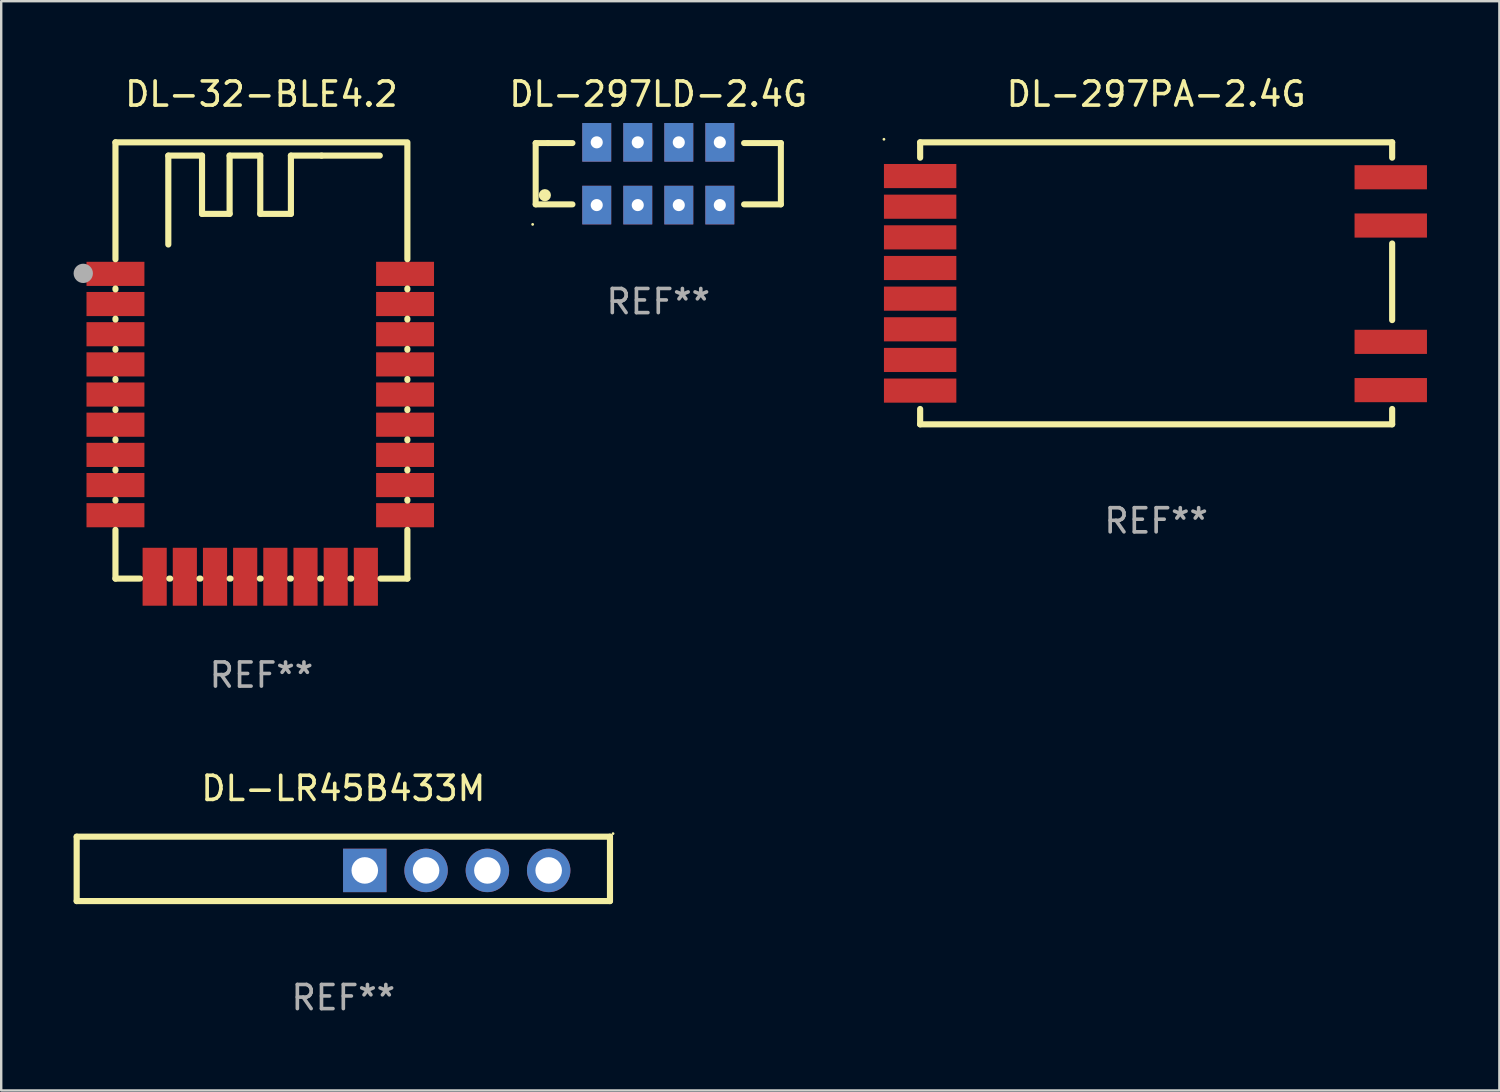
<source format=kicad_pcb>
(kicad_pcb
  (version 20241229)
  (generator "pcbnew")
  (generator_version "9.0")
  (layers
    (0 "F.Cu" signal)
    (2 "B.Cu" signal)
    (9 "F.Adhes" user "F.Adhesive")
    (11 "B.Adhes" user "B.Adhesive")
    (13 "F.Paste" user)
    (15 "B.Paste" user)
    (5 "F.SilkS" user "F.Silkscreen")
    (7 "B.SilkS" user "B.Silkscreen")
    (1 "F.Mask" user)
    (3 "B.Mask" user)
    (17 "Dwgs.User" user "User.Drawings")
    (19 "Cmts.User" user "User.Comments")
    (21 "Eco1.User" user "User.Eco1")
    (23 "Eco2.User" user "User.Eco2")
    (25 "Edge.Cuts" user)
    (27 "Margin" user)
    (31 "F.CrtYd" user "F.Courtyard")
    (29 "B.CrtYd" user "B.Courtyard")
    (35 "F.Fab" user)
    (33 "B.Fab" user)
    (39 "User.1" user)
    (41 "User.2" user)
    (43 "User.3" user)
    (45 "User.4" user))
  (footprint "DL-297LD-2.4G"
    (layer "F.Cu")
    (at 24.226 4.148)
    (property "Reference" "DL-297LD-2.4G" (at 0 -3.3 0) (layer "F.SilkS") (effects (font (size 1 1) (thickness 0.15))))
    (attr through_hole)
    (fp_line (start -5.08 -1.27) (end -5.08 1.27) (stroke (width 0.25) (type solid)) (layer "F.SilkS"))
    (fp_line (start -5.08 1.27) (end -3.556 1.27) (stroke (width 0.25) (type solid)) (layer "F.SilkS"))
    (fp_line (start -4.572 -1.27) (end -5.08 -1.27) (stroke (width 0.25) (type solid)) (layer "F.SilkS"))
    (fp_line (start -3.556 -1.27) (end -4.572 -1.27) (stroke (width 0.25) (type solid)) (layer "F.SilkS"))
    (fp_line (start 3.556 1.27) (end 5.08 1.27) (stroke (width 0.25) (type solid)) (layer "F.SilkS"))
    (fp_line (start 5.08 -1.27) (end 3.556 -1.27) (stroke (width 0.25) (type solid)) (layer "F.SilkS"))
    (fp_line (start 5.08 1.27) (end 5.08 -1.27) (stroke (width 0.25) (type solid)) (layer "F.SilkS"))
    (fp_circle (center -5.205 2.1) (end -5.175 2.1) (stroke (width 0.06) (type solid)) (fill no) (layer "F.SilkS"))
    (fp_circle (center -4.699 0.889) (end -4.572 0.889) (stroke (width 0.25) (type solid)) (fill no) (layer "F.SilkS"))
    (fp_text user "REF**" (at 0 5.3 0) (layer "F.Fab") (effects (font (size 1 1) (thickness 0.15))))
    (pad "1" thru_hole rect (at -2.55 1.3) (size 1.2 1.6) (drill 0.5) (layers "*.Cu" "*.Mask"))
    (pad "2" thru_hole rect (at -0.85 1.3) (size 1.2 1.6) (drill 0.5) (layers "*.Cu" "*.Mask"))
    (pad "3" thru_hole rect (at 0.85 1.3) (size 1.2 1.6) (drill 0.5) (layers "*.Cu" "*.Mask"))
    (pad "4" thru_hole rect (at 2.55 1.3) (size 1.2 1.6) (drill 0.5) (layers "*.Cu" "*.Mask"))
    (pad "5" thru_hole rect (at 2.55 -1.3) (size 1.2 1.6) (drill 0.5) (layers "*.Cu" "*.Mask"))
    (pad "6" thru_hole rect (at 0.85 -1.3) (size 1.2 1.6) (drill 0.5) (layers "*.Cu" "*.Mask"))
    (pad "7" thru_hole rect (at -0.85 -1.3) (size 1.2 1.6) (drill 0.5) (layers "*.Cu" "*.Mask"))
    (pad "8" thru_hole rect (at -2.55 -1.3) (size 1.2 1.6) (drill 0.5) (layers "*.Cu" "*.Mask")))
  (footprint "DL-LR45B433M"
    (layer "F.Cu")
    (at 11.176 32.953)
    (property "Reference" "DL-LR45B433M" (at 0 -3.334 0) (layer "F.SilkS") (effects (font (size 1 1) (thickness 0.15))))
    (attr through_hole)
    (fp_line (start -11.049 -1.334) (end -11.049 1.334) (stroke (width 0.254) (type solid)) (layer "F.SilkS"))
    (fp_line (start -11.049 1.334) (end 11.049 1.334) (stroke (width 0.254) (type solid)) (layer "F.SilkS"))
    (fp_line (start 11.049 -1.334) (end -11.049 -1.334) (stroke (width 0.254) (type solid)) (layer "F.SilkS"))
    (fp_line (start 11.049 1.334) (end 11.049 -1.334) (stroke (width 0.254) (type solid)) (layer "F.SilkS"))
    (fp_circle (center 11.176 -1.461) (end 11.206 -1.461) (stroke (width 0.06) (type solid)) (fill no) (layer "F.SilkS"))
    (fp_text user "REF**" (at 0 5.334 0) (layer "F.Fab") (effects (font (size 1 1) (thickness 0.15))))
    (pad "1" thru_hole rect (at 0.889 0.064) (size 1.8 1.8) (drill 1.1) (layers "*.Cu" "*.Mask"))
    (pad "2" thru_hole circle (at 3.429 0.064) (size 1.8 1.8) (drill 1.1) (layers "*.Cu" "*.Mask"))
    (pad "3" thru_hole circle (at 5.969 0.064) (size 1.8 1.8) (drill 1.1) (layers "*.Cu" "*.Mask"))
    (pad "4" thru_hole circle (at 8.509 0.064) (size 1.8 1.8) (drill 1.1) (layers "*.Cu" "*.Mask")))
  (footprint "DL-297PA-2.4G"
    (layer "F.Cu")
    (at 44.856 8.69)
    (property "Reference" "DL-297PA-2.4G" (at 0 -7.842 0) (layer "F.SilkS") (effects (font (size 1 1) (thickness 0.15))))
    (attr through_hole)
    (fp_line (start -9.779 -5.842) (end 9.779 -5.842) (stroke (width 0.254) (type solid)) (layer "F.SilkS"))
    (fp_line (start -9.779 -5.207) (end -9.779 -5.842) (stroke (width 0.254) (type solid)) (layer "F.SilkS"))
    (fp_line (start -9.779 5.207) (end -9.779 5.842) (stroke (width 0.254) (type solid)) (layer "F.SilkS"))
    (fp_line (start -9.779 5.842) (end 9.779 5.842) (stroke (width 0.254) (type solid)) (layer "F.SilkS"))
    (fp_line (start 9.779 -5.842) (end 9.779 -5.207) (stroke (width 0.254) (type solid)) (layer "F.SilkS"))
    (fp_line (start 9.779 -1.651) (end 9.779 1.524) (stroke (width 0.254) (type solid)) (layer "F.SilkS"))
    (fp_line (start 9.779 5.842) (end 9.779 5.207) (stroke (width 0.254) (type solid)) (layer "F.SilkS"))
    (fp_circle (center -11.279 -5.969) (end -11.249 -5.969) (stroke (width 0.06) (type solid)) (fill no) (layer "F.SilkS"))
    (fp_text user "REF**" (at 0 9.842 0) (layer "F.Fab") (effects (font (size 1 1) (thickness 0.15))))
    (pad "1" smd rect (at -9.779 -4.445) (size 3 1) (layers "F.Cu" "F.Mask" "F.Paste"))
    (pad "2" smd rect (at -9.779 -3.175) (size 3 1) (layers "F.Cu" "F.Mask" "F.Paste"))
    (pad "3" smd rect (at -9.779 -1.905) (size 3 1) (layers "F.Cu" "F.Mask" "F.Paste"))
    (pad "4" smd rect (at -9.779 -0.635) (size 3 1) (layers "F.Cu" "F.Mask" "F.Paste"))
    (pad "5" smd rect (at -9.779 0.635) (size 3 1) (layers "F.Cu" "F.Mask" "F.Paste"))
    (pad "6" smd rect (at -9.779 1.905) (size 3 1) (layers "F.Cu" "F.Mask" "F.Paste"))
    (pad "7" smd rect (at -9.779 3.175) (size 3 1) (layers "F.Cu" "F.Mask" "F.Paste"))
    (pad "8" smd rect (at -9.779 4.445) (size 3 1) (layers "F.Cu" "F.Mask" "F.Paste"))
    (pad "9" smd rect (at 9.721 4.425) (size 3 1) (layers "F.Cu" "F.Mask" "F.Paste"))
    (pad "10" smd rect (at 9.721 2.425) (size 3 1) (layers "F.Cu" "F.Mask" "F.Paste"))
    (pad "11" smd rect (at 9.721 -2.395) (size 3 1) (layers "F.Cu" "F.Mask" "F.Paste"))
    (pad "12" smd rect (at 9.721 -4.395) (size 3 1) (layers "F.Cu" "F.Mask" "F.Paste")))
  (footprint "DL-32-BLE4.2"
    (layer "F.Cu")
    (at 7.782 11.886)
    (property "Reference" "DL-32-BLE4.2" (at 0 -11.038 0) (layer "F.SilkS") (effects (font (size 1 1) (thickness 0.15))))
    (attr through_hole)
    (fp_line (start -6.048 -9.038) (end -6.048 -4.194) (stroke (width 0.254) (type solid)) (layer "F.SilkS"))
    (fp_line (start -6.048 -9.038) (end 5.952 -9.038) (stroke (width 0.254) (type solid)) (layer "F.SilkS"))
    (fp_line (start -6.048 -2.981) (end -6.048 -2.944) (stroke (width 0.254) (type solid)) (layer "F.SilkS"))
    (fp_line (start -6.048 -1.731) (end -6.048 -1.694) (stroke (width 0.254) (type solid)) (layer "F.SilkS"))
    (fp_line (start -6.048 -0.481) (end -6.048 -0.444) (stroke (width 0.254) (type solid)) (layer "F.SilkS"))
    (fp_line (start -6.048 0.769) (end -6.048 0.806) (stroke (width 0.254) (type solid)) (layer "F.SilkS"))
    (fp_line (start -6.048 2.019) (end -6.048 2.056) (stroke (width 0.254) (type solid)) (layer "F.SilkS"))
    (fp_line (start -6.048 3.269) (end -6.048 3.306) (stroke (width 0.254) (type solid)) (layer "F.SilkS"))
    (fp_line (start -6.048 4.519) (end -6.048 4.556) (stroke (width 0.254) (type solid)) (layer "F.SilkS"))
    (fp_line (start -6.048 5.769) (end -6.048 5.806) (stroke (width 0.254) (type solid)) (layer "F.SilkS"))
    (fp_line (start -6.048 7.019) (end -6.048 9.038) (stroke (width 0.254) (type solid)) (layer "F.SilkS"))
    (fp_line (start -6.048 9.038) (end -5.029 9.038) (stroke (width 0.254) (type solid)) (layer "F.SilkS"))
    (fp_line (start -3.858 -8.488) (end -2.461 -8.488) (stroke (width 0.254) (type solid)) (layer "F.SilkS"))
    (fp_line (start -3.858 -4.805) (end -3.858 -8.488) (stroke (width 0.254) (type solid)) (layer "F.SilkS"))
    (fp_line (start -3.817 9.038) (end -3.779 9.038) (stroke (width 0.254) (type solid)) (layer "F.SilkS"))
    (fp_line (start -2.567 9.038) (end -2.529 9.038) (stroke (width 0.254) (type solid)) (layer "F.SilkS"))
    (fp_line (start -2.461 -8.488) (end -2.461 -6.075) (stroke (width 0.254) (type solid)) (layer "F.SilkS"))
    (fp_line (start -2.461 -6.075) (end -1.318 -6.075) (stroke (width 0.254) (type solid)) (layer "F.SilkS"))
    (fp_line (start -1.318 -8.488) (end -0.048 -8.488) (stroke (width 0.254) (type solid)) (layer "F.SilkS"))
    (fp_line (start -1.318 -6.075) (end -1.318 -8.488) (stroke (width 0.254) (type solid)) (layer "F.SilkS"))
    (fp_line (start -1.317 9.038) (end -1.279 9.038) (stroke (width 0.254) (type solid)) (layer "F.SilkS"))
    (fp_line (start -0.067 9.038) (end -0.029 9.038) (stroke (width 0.254) (type solid)) (layer "F.SilkS"))
    (fp_line (start -0.048 -8.488) (end -0.048 -6.075) (stroke (width 0.254) (type solid)) (layer "F.SilkS"))
    (fp_line (start -0.048 -6.075) (end 1.222 -6.075) (stroke (width 0.254) (type solid)) (layer "F.SilkS"))
    (fp_line (start 1.183 9.038) (end 1.221 9.038) (stroke (width 0.254) (type solid)) (layer "F.SilkS"))
    (fp_line (start 1.222 -8.488) (end 2.492 -8.488) (stroke (width 0.254) (type solid)) (layer "F.SilkS"))
    (fp_line (start 1.222 -6.075) (end 1.222 -8.488) (stroke (width 0.254) (type solid)) (layer "F.SilkS"))
    (fp_line (start 2.433 9.038) (end 2.471 9.038) (stroke (width 0.254) (type solid)) (layer "F.SilkS"))
    (fp_line (start 2.492 -8.488) (end 4.905 -8.488) (stroke (width 0.254) (type solid)) (layer "F.SilkS"))
    (fp_line (start 3.683 9.038) (end 3.721 9.038) (stroke (width 0.254) (type solid)) (layer "F.SilkS"))
    (fp_line (start 4.933 9.038) (end 6.048 9.038) (stroke (width 0.254) (type solid)) (layer "F.SilkS"))
    (fp_line (start 6.048 -4.194) (end 6.048 -9.038) (stroke (width 0.254) (type solid)) (layer "F.SilkS"))
    (fp_line (start 6.048 -2.944) (end 6.048 -2.981) (stroke (width 0.254) (type solid)) (layer "F.SilkS"))
    (fp_line (start 6.048 -1.694) (end 6.048 -1.731) (stroke (width 0.254) (type solid)) (layer "F.SilkS"))
    (fp_line (start 6.048 -0.444) (end 6.048 -0.481) (stroke (width 0.254) (type solid)) (layer "F.SilkS"))
    (fp_line (start 6.048 0.806) (end 6.048 0.769) (stroke (width 0.254) (type solid)) (layer "F.SilkS"))
    (fp_line (start 6.048 2.056) (end 6.048 2.019) (stroke (width 0.254) (type solid)) (layer "F.SilkS"))
    (fp_line (start 6.048 3.306) (end 6.048 3.269) (stroke (width 0.254) (type solid)) (layer "F.SilkS"))
    (fp_line (start 6.048 4.556) (end 6.048 4.519) (stroke (width 0.254) (type solid)) (layer "F.SilkS"))
    (fp_line (start 6.048 5.806) (end 6.048 5.769) (stroke (width 0.254) (type solid)) (layer "F.SilkS"))
    (fp_line (start 6.048 9.038) (end 6.048 7.019) (stroke (width 0.254) (type solid)) (layer "F.SilkS"))
    (fp_circle (center -6.048 -9.049) (end -6.018 -9.049) (stroke (width 0.06) (type solid)) (fill no) (layer "F.SilkS"))
    (fp_circle (center -7.382 -3.609) (end -7.182 -3.609) (stroke (width 0.4) (type solid)) (fill no) (layer "F.Fab"))
    (fp_text user "REF**" (at 0 13.038 0) (layer "F.Fab") (effects (font (size 1 1) (thickness 0.15))))
    (pad "1" smd rect (at -6.048 -3.588) (size 2.4 1) (layers "F.Cu" "F.Mask" "F.Paste"))
    (pad "2" smd rect (at -6.048 -2.338) (size 2.4 1) (layers "F.Cu" "F.Mask" "F.Paste"))
    (pad "3" smd rect (at -6.048 -1.087) (size 2.4 1) (layers "F.Cu" "F.Mask" "F.Paste"))
    (pad "4" smd rect (at -6.048 0.163) (size 2.4 1) (layers "F.Cu" "F.Mask" "F.Paste"))
    (pad "5" smd rect (at -6.048 1.412) (size 2.4 1) (layers "F.Cu" "F.Mask" "F.Paste"))
    (pad "6" smd rect (at -6.048 2.662) (size 2.4 1) (layers "F.Cu" "F.Mask" "F.Paste"))
    (pad "7" smd rect (at -6.048 3.913) (size 2.4 1) (layers "F.Cu" "F.Mask" "F.Paste"))
    (pad "8" smd rect (at -6.048 5.163) (size 2.4 1) (layers "F.Cu" "F.Mask" "F.Paste"))
    (pad "9" smd rect (at -6.048 6.412) (size 2.4 1) (layers "F.Cu" "F.Mask" "F.Paste"))
    (pad "10" smd rect (at -4.423 8.962 90) (size 2.4 1) (layers "F.Cu" "F.Mask" "F.Paste"))
    (pad "11" smd rect (at -3.173 8.962 90) (size 2.4 1) (layers "F.Cu" "F.Mask" "F.Paste"))
    (pad "12" smd rect (at -1.923 8.962 90) (size 2.4 1) (layers "F.Cu" "F.Mask" "F.Paste"))
    (pad "13" smd rect (at -0.673 8.962 90) (size 2.4 1) (layers "F.Cu" "F.Mask" "F.Paste"))
    (pad "14" smd rect (at 0.577 8.962 90) (size 2.4 1) (layers "F.Cu" "F.Mask" "F.Paste"))
    (pad "15" smd rect (at 1.827 8.962 90) (size 2.4 1) (layers "F.Cu" "F.Mask" "F.Paste"))
    (pad "16" smd rect (at 3.077 8.962 90) (size 2.4 1) (layers "F.Cu" "F.Mask" "F.Paste"))
    (pad "17" smd rect (at 4.327 8.962 90) (size 2.4 1) (layers "F.Cu" "F.Mask" "F.Paste"))
    (pad "18" smd rect (at 5.952 6.412 180) (size 2.4 1) (layers "F.Cu" "F.Mask" "F.Paste"))
    (pad "19" smd rect (at 5.952 5.163 180) (size 2.4 1) (layers "F.Cu" "F.Mask" "F.Paste"))
    (pad "20" smd rect (at 5.952 3.913 180) (size 2.4 1) (layers "F.Cu" "F.Mask" "F.Paste"))
    (pad "21" smd rect (at 5.952 2.662 180) (size 2.4 1) (layers "F.Cu" "F.Mask" "F.Paste"))
    (pad "22" smd rect (at 5.952 1.412 180) (size 2.4 1) (layers "F.Cu" "F.Mask" "F.Paste"))
    (pad "23" smd rect (at 5.952 0.163 180) (size 2.4 1) (layers "F.Cu" "F.Mask" "F.Paste"))
    (pad "24" smd rect (at 5.952 -1.087 180) (size 2.4 1) (layers "F.Cu" "F.Mask" "F.Paste"))
    (pad "25" smd rect (at 5.952 -2.338 180) (size 2.4 1) (layers "F.Cu" "F.Mask" "F.Paste"))
    (pad "26" smd rect (at 5.952 -3.588 180) (size 2.4 1) (layers "F.Cu" "F.Mask" "F.Paste")))
  (gr_rect
    (start -3 -3)
    (end 59.078 42.135)
    (stroke (width 0.1) (type default))
    (fill no)
    (layer "Edge.Cuts")))
</source>
